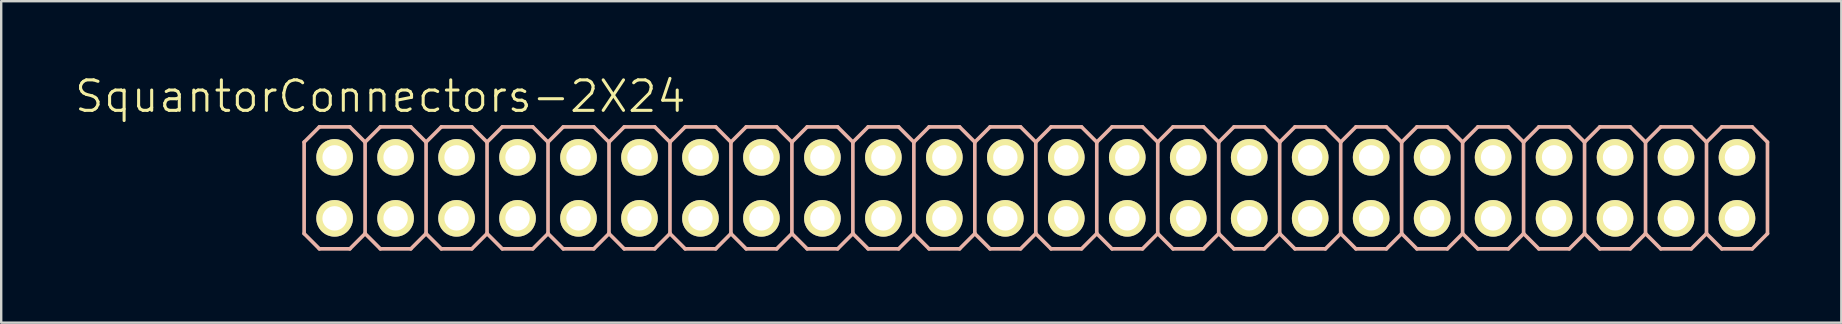
<source format=kicad_pcb>
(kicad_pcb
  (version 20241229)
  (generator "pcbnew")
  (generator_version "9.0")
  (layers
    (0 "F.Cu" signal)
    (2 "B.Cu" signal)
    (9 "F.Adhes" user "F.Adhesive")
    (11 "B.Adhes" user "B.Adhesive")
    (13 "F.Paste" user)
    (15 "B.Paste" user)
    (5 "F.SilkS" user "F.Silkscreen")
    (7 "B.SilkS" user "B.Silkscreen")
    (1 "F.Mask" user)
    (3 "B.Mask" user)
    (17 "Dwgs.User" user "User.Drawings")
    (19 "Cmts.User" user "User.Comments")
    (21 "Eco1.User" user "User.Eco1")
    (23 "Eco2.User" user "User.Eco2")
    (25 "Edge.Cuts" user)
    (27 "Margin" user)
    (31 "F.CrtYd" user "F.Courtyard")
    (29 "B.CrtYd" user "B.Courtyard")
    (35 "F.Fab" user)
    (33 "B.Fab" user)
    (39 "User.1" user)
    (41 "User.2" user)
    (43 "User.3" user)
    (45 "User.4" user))
  (footprint "SquantorConnectors-2X24"
    (layer "F.Cu")
    (at 38.829 4.776)
    (property "Reference" "SquantorConnectors-2X24" (at -26.035 -3.81 0) (layer "F.SilkS") (effects (font (size 1.27 1.27) (thickness 0.127))))
    (attr exclude_from_pos_files exclude_from_bom)
    (fp_line (start -28.194 -1.524) (end -27.686 -1.524) (stroke (width 0.066) (type solid)) (layer "F.SilkS"))
    (fp_line (start -28.194 -1.016) (end -28.194 -1.524) (stroke (width 0.066) (type solid)) (layer "F.SilkS"))
    (fp_line (start -28.194 -1.016) (end -27.686 -1.016) (stroke (width 0.066) (type solid)) (layer "F.SilkS"))
    (fp_line (start -28.194 1.016) (end -27.686 1.016) (stroke (width 0.066) (type solid)) (layer "F.SilkS"))
    (fp_line (start -28.194 1.524) (end -28.194 1.016) (stroke (width 0.066) (type solid)) (layer "F.SilkS"))
    (fp_line (start -28.194 1.524) (end -27.686 1.524) (stroke (width 0.066) (type solid)) (layer "F.SilkS"))
    (fp_line (start -27.686 -1.016) (end -27.686 -1.524) (stroke (width 0.066) (type solid)) (layer "F.SilkS"))
    (fp_line (start -27.686 1.524) (end -27.686 1.016) (stroke (width 0.066) (type solid)) (layer "F.SilkS"))
    (fp_line (start -25.654 -1.524) (end -25.146 -1.524) (stroke (width 0.066) (type solid)) (layer "F.SilkS"))
    (fp_line (start -25.654 -1.016) (end -25.654 -1.524) (stroke (width 0.066) (type solid)) (layer "F.SilkS"))
    (fp_line (start -25.654 -1.016) (end -25.146 -1.016) (stroke (width 0.066) (type solid)) (layer "F.SilkS"))
    (fp_line (start -25.654 1.016) (end -25.146 1.016) (stroke (width 0.066) (type solid)) (layer "F.SilkS"))
    (fp_line (start -25.654 1.524) (end -25.654 1.016) (stroke (width 0.066) (type solid)) (layer "F.SilkS"))
    (fp_line (start -25.654 1.524) (end -25.146 1.524) (stroke (width 0.066) (type solid)) (layer "F.SilkS"))
    (fp_line (start -25.146 -1.016) (end -25.146 -1.524) (stroke (width 0.066) (type solid)) (layer "F.SilkS"))
    (fp_line (start -25.146 1.524) (end -25.146 1.016) (stroke (width 0.066) (type solid)) (layer "F.SilkS"))
    (fp_line (start -23.114 -1.524) (end -22.606 -1.524) (stroke (width 0.066) (type solid)) (layer "F.SilkS"))
    (fp_line (start -23.114 -1.016) (end -23.114 -1.524) (stroke (width 0.066) (type solid)) (layer "F.SilkS"))
    (fp_line (start -23.114 -1.016) (end -22.606 -1.016) (stroke (width 0.066) (type solid)) (layer "F.SilkS"))
    (fp_line (start -23.114 1.016) (end -22.606 1.016) (stroke (width 0.066) (type solid)) (layer "F.SilkS"))
    (fp_line (start -23.114 1.524) (end -23.114 1.016) (stroke (width 0.066) (type solid)) (layer "F.SilkS"))
    (fp_line (start -23.114 1.524) (end -22.606 1.524) (stroke (width 0.066) (type solid)) (layer "F.SilkS"))
    (fp_line (start -22.606 -1.016) (end -22.606 -1.524) (stroke (width 0.066) (type solid)) (layer "F.SilkS"))
    (fp_line (start -22.606 1.524) (end -22.606 1.016) (stroke (width 0.066) (type solid)) (layer "F.SilkS"))
    (fp_line (start -20.574 -1.524) (end -20.066 -1.524) (stroke (width 0.066) (type solid)) (layer "F.SilkS"))
    (fp_line (start -20.574 -1.016) (end -20.574 -1.524) (stroke (width 0.066) (type solid)) (layer "F.SilkS"))
    (fp_line (start -20.574 -1.016) (end -20.066 -1.016) (stroke (width 0.066) (type solid)) (layer "F.SilkS"))
    (fp_line (start -20.574 1.016) (end -20.066 1.016) (stroke (width 0.066) (type solid)) (layer "F.SilkS"))
    (fp_line (start -20.574 1.524) (end -20.574 1.016) (stroke (width 0.066) (type solid)) (layer "F.SilkS"))
    (fp_line (start -20.574 1.524) (end -20.066 1.524) (stroke (width 0.066) (type solid)) (layer "F.SilkS"))
    (fp_line (start -20.066 -1.016) (end -20.066 -1.524) (stroke (width 0.066) (type solid)) (layer "F.SilkS"))
    (fp_line (start -20.066 1.524) (end -20.066 1.016) (stroke (width 0.066) (type solid)) (layer "F.SilkS"))
    (fp_line (start -18.034 -1.524) (end -17.523 -1.524) (stroke (width 0.066) (type solid)) (layer "F.SilkS"))
    (fp_line (start -18.034 -1.016) (end -18.034 -1.524) (stroke (width 0.066) (type solid)) (layer "F.SilkS"))
    (fp_line (start -18.034 -1.016) (end -17.523 -1.016) (stroke (width 0.066) (type solid)) (layer "F.SilkS"))
    (fp_line (start -18.034 1.016) (end -17.523 1.016) (stroke (width 0.066) (type solid)) (layer "F.SilkS"))
    (fp_line (start -18.034 1.524) (end -18.034 1.016) (stroke (width 0.066) (type solid)) (layer "F.SilkS"))
    (fp_line (start -18.034 1.524) (end -17.523 1.524) (stroke (width 0.066) (type solid)) (layer "F.SilkS"))
    (fp_line (start -17.523 -1.016) (end -17.523 -1.524) (stroke (width 0.066) (type solid)) (layer "F.SilkS"))
    (fp_line (start -17.523 1.524) (end -17.523 1.016) (stroke (width 0.066) (type solid)) (layer "F.SilkS"))
    (fp_line (start -15.494 -1.524) (end -14.986 -1.524) (stroke (width 0.066) (type solid)) (layer "F.SilkS"))
    (fp_line (start -15.494 -1.016) (end -15.494 -1.524) (stroke (width 0.066) (type solid)) (layer "F.SilkS"))
    (fp_line (start -15.494 -1.016) (end -14.986 -1.016) (stroke (width 0.066) (type solid)) (layer "F.SilkS"))
    (fp_line (start -15.494 1.016) (end -14.986 1.016) (stroke (width 0.066) (type solid)) (layer "F.SilkS"))
    (fp_line (start -15.494 1.524) (end -15.494 1.016) (stroke (width 0.066) (type solid)) (layer "F.SilkS"))
    (fp_line (start -15.494 1.524) (end -14.986 1.524) (stroke (width 0.066) (type solid)) (layer "F.SilkS"))
    (fp_line (start -14.986 -1.016) (end -14.986 -1.524) (stroke (width 0.066) (type solid)) (layer "F.SilkS"))
    (fp_line (start -14.986 1.524) (end -14.986 1.016) (stroke (width 0.066) (type solid)) (layer "F.SilkS"))
    (fp_line (start -12.954 -1.524) (end -12.446 -1.524) (stroke (width 0.066) (type solid)) (layer "F.SilkS"))
    (fp_line (start -12.954 -1.016) (end -12.954 -1.524) (stroke (width 0.066) (type solid)) (layer "F.SilkS"))
    (fp_line (start -12.954 -1.016) (end -12.446 -1.016) (stroke (width 0.066) (type solid)) (layer "F.SilkS"))
    (fp_line (start -12.954 1.016) (end -12.446 1.016) (stroke (width 0.066) (type solid)) (layer "F.SilkS"))
    (fp_line (start -12.954 1.524) (end -12.954 1.016) (stroke (width 0.066) (type solid)) (layer "F.SilkS"))
    (fp_line (start -12.954 1.524) (end -12.446 1.524) (stroke (width 0.066) (type solid)) (layer "F.SilkS"))
    (fp_line (start -12.446 -1.016) (end -12.446 -1.524) (stroke (width 0.066) (type solid)) (layer "F.SilkS"))
    (fp_line (start -12.446 1.524) (end -12.446 1.016) (stroke (width 0.066) (type solid)) (layer "F.SilkS"))
    (fp_line (start -10.414 -1.524) (end -9.906 -1.524) (stroke (width 0.066) (type solid)) (layer "F.SilkS"))
    (fp_line (start -10.414 -1.016) (end -10.414 -1.524) (stroke (width 0.066) (type solid)) (layer "F.SilkS"))
    (fp_line (start -10.414 -1.016) (end -9.906 -1.016) (stroke (width 0.066) (type solid)) (layer "F.SilkS"))
    (fp_line (start -10.414 1.016) (end -9.906 1.016) (stroke (width 0.066) (type solid)) (layer "F.SilkS"))
    (fp_line (start -10.414 1.524) (end -10.414 1.016) (stroke (width 0.066) (type solid)) (layer "F.SilkS"))
    (fp_line (start -10.414 1.524) (end -9.906 1.524) (stroke (width 0.066) (type solid)) (layer "F.SilkS"))
    (fp_line (start -9.906 -1.016) (end -9.906 -1.524) (stroke (width 0.066) (type solid)) (layer "F.SilkS"))
    (fp_line (start -9.906 1.524) (end -9.906 1.016) (stroke (width 0.066) (type solid)) (layer "F.SilkS"))
    (fp_line (start -7.874 -1.524) (end -7.366 -1.524) (stroke (width 0.066) (type solid)) (layer "F.SilkS"))
    (fp_line (start -7.874 -1.016) (end -7.874 -1.524) (stroke (width 0.066) (type solid)) (layer "F.SilkS"))
    (fp_line (start -7.874 -1.016) (end -7.366 -1.016) (stroke (width 0.066) (type solid)) (layer "F.SilkS"))
    (fp_line (start -7.874 1.016) (end -7.366 1.016) (stroke (width 0.066) (type solid)) (layer "F.SilkS"))
    (fp_line (start -7.874 1.524) (end -7.874 1.016) (stroke (width 0.066) (type solid)) (layer "F.SilkS"))
    (fp_line (start -7.874 1.524) (end -7.366 1.524) (stroke (width 0.066) (type solid)) (layer "F.SilkS"))
    (fp_line (start -7.366 -1.016) (end -7.366 -1.524) (stroke (width 0.066) (type solid)) (layer "F.SilkS"))
    (fp_line (start -7.366 1.524) (end -7.366 1.016) (stroke (width 0.066) (type solid)) (layer "F.SilkS"))
    (fp_line (start -5.334 -1.524) (end -4.826 -1.524) (stroke (width 0.066) (type solid)) (layer "F.SilkS"))
    (fp_line (start -5.334 -1.016) (end -5.334 -1.524) (stroke (width 0.066) (type solid)) (layer "F.SilkS"))
    (fp_line (start -5.334 -1.016) (end -4.826 -1.016) (stroke (width 0.066) (type solid)) (layer "F.SilkS"))
    (fp_line (start -5.334 1.016) (end -4.826 1.016) (stroke (width 0.066) (type solid)) (layer "F.SilkS"))
    (fp_line (start -5.334 1.524) (end -5.334 1.016) (stroke (width 0.066) (type solid)) (layer "F.SilkS"))
    (fp_line (start -5.334 1.524) (end -4.826 1.524) (stroke (width 0.066) (type solid)) (layer "F.SilkS"))
    (fp_line (start -4.826 -1.016) (end -4.826 -1.524) (stroke (width 0.066) (type solid)) (layer "F.SilkS"))
    (fp_line (start -4.826 1.524) (end -4.826 1.016) (stroke (width 0.066) (type solid)) (layer "F.SilkS"))
    (fp_line (start -2.794 -1.524) (end -2.286 -1.524) (stroke (width 0.066) (type solid)) (layer "F.SilkS"))
    (fp_line (start -2.794 -1.016) (end -2.794 -1.524) (stroke (width 0.066) (type solid)) (layer "F.SilkS"))
    (fp_line (start -2.794 -1.016) (end -2.286 -1.016) (stroke (width 0.066) (type solid)) (layer "F.SilkS"))
    (fp_line (start -2.794 1.016) (end -2.286 1.016) (stroke (width 0.066) (type solid)) (layer "F.SilkS"))
    (fp_line (start -2.794 1.524) (end -2.794 1.016) (stroke (width 0.066) (type solid)) (layer "F.SilkS"))
    (fp_line (start -2.794 1.524) (end -2.286 1.524) (stroke (width 0.066) (type solid)) (layer "F.SilkS"))
    (fp_line (start -2.286 -1.016) (end -2.286 -1.524) (stroke (width 0.066) (type solid)) (layer "F.SilkS"))
    (fp_line (start -2.286 1.524) (end -2.286 1.016) (stroke (width 0.066) (type solid)) (layer "F.SilkS"))
    (fp_line (start -0.254 -1.524) (end 0.254 -1.524) (stroke (width 0.066) (type solid)) (layer "F.SilkS"))
    (fp_line (start -0.254 -1.016) (end -0.254 -1.524) (stroke (width 0.066) (type solid)) (layer "F.SilkS"))
    (fp_line (start -0.254 -1.016) (end 0.254 -1.016) (stroke (width 0.066) (type solid)) (layer "F.SilkS"))
    (fp_line (start -0.254 1.016) (end 0.254 1.016) (stroke (width 0.066) (type solid)) (layer "F.SilkS"))
    (fp_line (start -0.254 1.524) (end -0.254 1.016) (stroke (width 0.066) (type solid)) (layer "F.SilkS"))
    (fp_line (start -0.254 1.524) (end 0.254 1.524) (stroke (width 0.066) (type solid)) (layer "F.SilkS"))
    (fp_line (start 0.254 -1.016) (end 0.254 -1.524) (stroke (width 0.066) (type solid)) (layer "F.SilkS"))
    (fp_line (start 0.254 1.524) (end 0.254 1.016) (stroke (width 0.066) (type solid)) (layer "F.SilkS"))
    (fp_line (start 2.286 -1.524) (end 2.794 -1.524) (stroke (width 0.066) (type solid)) (layer "F.SilkS"))
    (fp_line (start 2.286 -1.016) (end 2.286 -1.524) (stroke (width 0.066) (type solid)) (layer "F.SilkS"))
    (fp_line (start 2.286 -1.016) (end 2.794 -1.016) (stroke (width 0.066) (type solid)) (layer "F.SilkS"))
    (fp_line (start 2.286 1.016) (end 2.794 1.016) (stroke (width 0.066) (type solid)) (layer "F.SilkS"))
    (fp_line (start 2.286 1.524) (end 2.286 1.016) (stroke (width 0.066) (type solid)) (layer "F.SilkS"))
    (fp_line (start 2.286 1.524) (end 2.794 1.524) (stroke (width 0.066) (type solid)) (layer "F.SilkS"))
    (fp_line (start 2.794 -1.016) (end 2.794 -1.524) (stroke (width 0.066) (type solid)) (layer "F.SilkS"))
    (fp_line (start 2.794 1.524) (end 2.794 1.016) (stroke (width 0.066) (type solid)) (layer "F.SilkS"))
    (fp_line (start 4.826 -1.524) (end 5.334 -1.524) (stroke (width 0.066) (type solid)) (layer "F.SilkS"))
    (fp_line (start 4.826 -1.016) (end 4.826 -1.524) (stroke (width 0.066) (type solid)) (layer "F.SilkS"))
    (fp_line (start 4.826 -1.016) (end 5.334 -1.016) (stroke (width 0.066) (type solid)) (layer "F.SilkS"))
    (fp_line (start 4.826 1.016) (end 5.334 1.016) (stroke (width 0.066) (type solid)) (layer "F.SilkS"))
    (fp_line (start 4.826 1.524) (end 4.826 1.016) (stroke (width 0.066) (type solid)) (layer "F.SilkS"))
    (fp_line (start 4.826 1.524) (end 5.334 1.524) (stroke (width 0.066) (type solid)) (layer "F.SilkS"))
    (fp_line (start 5.334 -1.016) (end 5.334 -1.524) (stroke (width 0.066) (type solid)) (layer "F.SilkS"))
    (fp_line (start 5.334 1.524) (end 5.334 1.016) (stroke (width 0.066) (type solid)) (layer "F.SilkS"))
    (fp_line (start 7.366 -1.524) (end 7.874 -1.524) (stroke (width 0.066) (type solid)) (layer "F.SilkS"))
    (fp_line (start 7.366 -1.016) (end 7.366 -1.524) (stroke (width 0.066) (type solid)) (layer "F.SilkS"))
    (fp_line (start 7.366 -1.016) (end 7.874 -1.016) (stroke (width 0.066) (type solid)) (layer "F.SilkS"))
    (fp_line (start 7.366 1.016) (end 7.874 1.016) (stroke (width 0.066) (type solid)) (layer "F.SilkS"))
    (fp_line (start 7.366 1.524) (end 7.366 1.016) (stroke (width 0.066) (type solid)) (layer "F.SilkS"))
    (fp_line (start 7.366 1.524) (end 7.874 1.524) (stroke (width 0.066) (type solid)) (layer "F.SilkS"))
    (fp_line (start 7.874 -1.016) (end 7.874 -1.524) (stroke (width 0.066) (type solid)) (layer "F.SilkS"))
    (fp_line (start 7.874 1.524) (end 7.874 1.016) (stroke (width 0.066) (type solid)) (layer "F.SilkS"))
    (fp_line (start 9.906 -1.524) (end 10.414 -1.524) (stroke (width 0.066) (type solid)) (layer "F.SilkS"))
    (fp_line (start 9.906 -1.016) (end 9.906 -1.524) (stroke (width 0.066) (type solid)) (layer "F.SilkS"))
    (fp_line (start 9.906 -1.016) (end 10.414 -1.016) (stroke (width 0.066) (type solid)) (layer "F.SilkS"))
    (fp_line (start 9.906 1.016) (end 10.414 1.016) (stroke (width 0.066) (type solid)) (layer "F.SilkS"))
    (fp_line (start 9.906 1.524) (end 9.906 1.016) (stroke (width 0.066) (type solid)) (layer "F.SilkS"))
    (fp_line (start 9.906 1.524) (end 10.414 1.524) (stroke (width 0.066) (type solid)) (layer "F.SilkS"))
    (fp_line (start 10.414 -1.016) (end 10.414 -1.524) (stroke (width 0.066) (type solid)) (layer "F.SilkS"))
    (fp_line (start 10.414 1.524) (end 10.414 1.016) (stroke (width 0.066) (type solid)) (layer "F.SilkS"))
    (fp_line (start 12.446 -1.524) (end 12.954 -1.524) (stroke (width 0.066) (type solid)) (layer "F.SilkS"))
    (fp_line (start 12.446 -1.016) (end 12.446 -1.524) (stroke (width 0.066) (type solid)) (layer "F.SilkS"))
    (fp_line (start 12.446 -1.016) (end 12.954 -1.016) (stroke (width 0.066) (type solid)) (layer "F.SilkS"))
    (fp_line (start 12.446 1.016) (end 12.954 1.016) (stroke (width 0.066) (type solid)) (layer "F.SilkS"))
    (fp_line (start 12.446 1.524) (end 12.446 1.016) (stroke (width 0.066) (type solid)) (layer "F.SilkS"))
    (fp_line (start 12.446 1.524) (end 12.954 1.524) (stroke (width 0.066) (type solid)) (layer "F.SilkS"))
    (fp_line (start 12.954 -1.016) (end 12.954 -1.524) (stroke (width 0.066) (type solid)) (layer "F.SilkS"))
    (fp_line (start 12.954 1.524) (end 12.954 1.016) (stroke (width 0.066) (type solid)) (layer "F.SilkS"))
    (fp_line (start 14.986 -1.524) (end 15.494 -1.524) (stroke (width 0.066) (type solid)) (layer "F.SilkS"))
    (fp_line (start 14.986 -1.016) (end 14.986 -1.524) (stroke (width 0.066) (type solid)) (layer "F.SilkS"))
    (fp_line (start 14.986 -1.016) (end 15.494 -1.016) (stroke (width 0.066) (type solid)) (layer "F.SilkS"))
    (fp_line (start 14.986 1.016) (end 15.494 1.016) (stroke (width 0.066) (type solid)) (layer "F.SilkS"))
    (fp_line (start 14.986 1.524) (end 14.986 1.016) (stroke (width 0.066) (type solid)) (layer "F.SilkS"))
    (fp_line (start 14.986 1.524) (end 15.494 1.524) (stroke (width 0.066) (type solid)) (layer "F.SilkS"))
    (fp_line (start 15.494 -1.016) (end 15.494 -1.524) (stroke (width 0.066) (type solid)) (layer "F.SilkS"))
    (fp_line (start 15.494 1.524) (end 15.494 1.016) (stroke (width 0.066) (type solid)) (layer "F.SilkS"))
    (fp_line (start 17.523 -1.524) (end 18.034 -1.524) (stroke (width 0.066) (type solid)) (layer "F.SilkS"))
    (fp_line (start 17.523 -1.016) (end 17.523 -1.524) (stroke (width 0.066) (type solid)) (layer "F.SilkS"))
    (fp_line (start 17.523 -1.016) (end 18.034 -1.016) (stroke (width 0.066) (type solid)) (layer "F.SilkS"))
    (fp_line (start 17.523 1.016) (end 18.034 1.016) (stroke (width 0.066) (type solid)) (layer "F.SilkS"))
    (fp_line (start 17.523 1.524) (end 17.523 1.016) (stroke (width 0.066) (type solid)) (layer "F.SilkS"))
    (fp_line (start 17.523 1.524) (end 18.034 1.524) (stroke (width 0.066) (type solid)) (layer "F.SilkS"))
    (fp_line (start 18.034 -1.016) (end 18.034 -1.524) (stroke (width 0.066) (type solid)) (layer "F.SilkS"))
    (fp_line (start 18.034 1.524) (end 18.034 1.016) (stroke (width 0.066) (type solid)) (layer "F.SilkS"))
    (fp_line (start 20.066 -1.524) (end 20.574 -1.524) (stroke (width 0.066) (type solid)) (layer "F.SilkS"))
    (fp_line (start 20.066 -1.016) (end 20.066 -1.524) (stroke (width 0.066) (type solid)) (layer "F.SilkS"))
    (fp_line (start 20.066 -1.016) (end 20.574 -1.016) (stroke (width 0.066) (type solid)) (layer "F.SilkS"))
    (fp_line (start 20.066 1.016) (end 20.574 1.016) (stroke (width 0.066) (type solid)) (layer "F.SilkS"))
    (fp_line (start 20.066 1.524) (end 20.066 1.016) (stroke (width 0.066) (type solid)) (layer "F.SilkS"))
    (fp_line (start 20.066 1.524) (end 20.574 1.524) (stroke (width 0.066) (type solid)) (layer "F.SilkS"))
    (fp_line (start 20.574 -1.016) (end 20.574 -1.524) (stroke (width 0.066) (type solid)) (layer "F.SilkS"))
    (fp_line (start 20.574 1.524) (end 20.574 1.016) (stroke (width 0.066) (type solid)) (layer "F.SilkS"))
    (fp_line (start 22.606 -1.524) (end 23.114 -1.524) (stroke (width 0.066) (type solid)) (layer "F.SilkS"))
    (fp_line (start 22.606 -1.016) (end 22.606 -1.524) (stroke (width 0.066) (type solid)) (layer "F.SilkS"))
    (fp_line (start 22.606 -1.016) (end 23.114 -1.016) (stroke (width 0.066) (type solid)) (layer "F.SilkS"))
    (fp_line (start 22.606 1.016) (end 23.114 1.016) (stroke (width 0.066) (type solid)) (layer "F.SilkS"))
    (fp_line (start 22.606 1.524) (end 22.606 1.016) (stroke (width 0.066) (type solid)) (layer "F.SilkS"))
    (fp_line (start 22.606 1.524) (end 23.114 1.524) (stroke (width 0.066) (type solid)) (layer "F.SilkS"))
    (fp_line (start 23.114 -1.016) (end 23.114 -1.524) (stroke (width 0.066) (type solid)) (layer "F.SilkS"))
    (fp_line (start 23.114 1.524) (end 23.114 1.016) (stroke (width 0.066) (type solid)) (layer "F.SilkS"))
    (fp_line (start 25.146 -1.524) (end 25.654 -1.524) (stroke (width 0.066) (type solid)) (layer "F.SilkS"))
    (fp_line (start 25.146 -1.016) (end 25.146 -1.524) (stroke (width 0.066) (type solid)) (layer "F.SilkS"))
    (fp_line (start 25.146 -1.016) (end 25.654 -1.016) (stroke (width 0.066) (type solid)) (layer "F.SilkS"))
    (fp_line (start 25.146 1.016) (end 25.654 1.016) (stroke (width 0.066) (type solid)) (layer "F.SilkS"))
    (fp_line (start 25.146 1.524) (end 25.146 1.016) (stroke (width 0.066) (type solid)) (layer "F.SilkS"))
    (fp_line (start 25.146 1.524) (end 25.654 1.524) (stroke (width 0.066) (type solid)) (layer "F.SilkS"))
    (fp_line (start 25.654 -1.016) (end 25.654 -1.524) (stroke (width 0.066) (type solid)) (layer "F.SilkS"))
    (fp_line (start 25.654 1.524) (end 25.654 1.016) (stroke (width 0.066) (type solid)) (layer "F.SilkS"))
    (fp_line (start 27.686 -1.524) (end 28.194 -1.524) (stroke (width 0.066) (type solid)) (layer "F.SilkS"))
    (fp_line (start 27.686 -1.016) (end 27.686 -1.524) (stroke (width 0.066) (type solid)) (layer "F.SilkS"))
    (fp_line (start 27.686 -1.016) (end 28.194 -1.016) (stroke (width 0.066) (type solid)) (layer "F.SilkS"))
    (fp_line (start 27.686 1.016) (end 28.194 1.016) (stroke (width 0.066) (type solid)) (layer "F.SilkS"))
    (fp_line (start 27.686 1.524) (end 27.686 1.016) (stroke (width 0.066) (type solid)) (layer "F.SilkS"))
    (fp_line (start 27.686 1.524) (end 28.194 1.524) (stroke (width 0.066) (type solid)) (layer "F.SilkS"))
    (fp_line (start 28.194 -1.016) (end 28.194 -1.524) (stroke (width 0.066) (type solid)) (layer "F.SilkS"))
    (fp_line (start 28.194 1.524) (end 28.194 1.016) (stroke (width 0.066) (type solid)) (layer "F.SilkS"))
    (fp_line (start 30.226 -1.524) (end 30.734 -1.524) (stroke (width 0.066) (type solid)) (layer "F.SilkS"))
    (fp_line (start 30.226 -1.016) (end 30.226 -1.524) (stroke (width 0.066) (type solid)) (layer "F.SilkS"))
    (fp_line (start 30.226 -1.016) (end 30.734 -1.016) (stroke (width 0.066) (type solid)) (layer "F.SilkS"))
    (fp_line (start 30.226 1.016) (end 30.734 1.016) (stroke (width 0.066) (type solid)) (layer "F.SilkS"))
    (fp_line (start 30.226 1.524) (end 30.226 1.016) (stroke (width 0.066) (type solid)) (layer "F.SilkS"))
    (fp_line (start 30.226 1.524) (end 30.734 1.524) (stroke (width 0.066) (type solid)) (layer "F.SilkS"))
    (fp_line (start 30.734 -1.016) (end 30.734 -1.524) (stroke (width 0.066) (type solid)) (layer "F.SilkS"))
    (fp_line (start 30.734 1.524) (end 30.734 1.016) (stroke (width 0.066) (type solid)) (layer "F.SilkS"))
    (fp_line (start -29.21 -1.905) (end -28.575 -2.54) (stroke (width 0.152) (type solid)) (layer "B.SilkS"))
    (fp_line (start -29.21 1.905) (end -29.21 -1.905) (stroke (width 0.152) (type solid)) (layer "B.SilkS"))
    (fp_line (start -29.21 1.905) (end -28.575 2.54) (stroke (width 0.152) (type solid)) (layer "B.SilkS"))
    (fp_line (start -28.575 -2.54) (end -27.305 -2.54) (stroke (width 0.152) (type solid)) (layer "B.SilkS"))
    (fp_line (start -28.575 2.54) (end -27.305 2.54) (stroke (width 0.152) (type solid)) (layer "B.SilkS"))
    (fp_line (start -27.305 -2.54) (end -26.67 -1.905) (stroke (width 0.152) (type solid)) (layer "B.SilkS"))
    (fp_line (start -27.305 2.54) (end -26.67 1.905) (stroke (width 0.152) (type solid)) (layer "B.SilkS"))
    (fp_line (start -26.67 -1.905) (end -26.67 1.905) (stroke (width 0.152) (type solid)) (layer "B.SilkS"))
    (fp_line (start -26.67 -1.905) (end -26.035 -2.54) (stroke (width 0.152) (type solid)) (layer "B.SilkS"))
    (fp_line (start -26.67 1.905) (end -26.035 2.54) (stroke (width 0.152) (type solid)) (layer "B.SilkS"))
    (fp_line (start -26.035 -2.54) (end -24.765 -2.54) (stroke (width 0.152) (type solid)) (layer "B.SilkS"))
    (fp_line (start -26.035 2.54) (end -24.765 2.54) (stroke (width 0.152) (type solid)) (layer "B.SilkS"))
    (fp_line (start -24.765 -2.54) (end -24.13 -1.905) (stroke (width 0.152) (type solid)) (layer "B.SilkS"))
    (fp_line (start -24.765 2.54) (end -24.13 1.905) (stroke (width 0.152) (type solid)) (layer "B.SilkS"))
    (fp_line (start -24.13 -1.905) (end -24.13 1.905) (stroke (width 0.152) (type solid)) (layer "B.SilkS"))
    (fp_line (start -24.13 -1.905) (end -23.495 -2.54) (stroke (width 0.152) (type solid)) (layer "B.SilkS"))
    (fp_line (start -24.13 1.905) (end -23.495 2.54) (stroke (width 0.152) (type solid)) (layer "B.SilkS"))
    (fp_line (start -23.495 -2.54) (end -22.225 -2.54) (stroke (width 0.152) (type solid)) (layer "B.SilkS"))
    (fp_line (start -23.495 2.54) (end -22.225 2.54) (stroke (width 0.152) (type solid)) (layer "B.SilkS"))
    (fp_line (start -22.225 -2.54) (end -21.59 -1.905) (stroke (width 0.152) (type solid)) (layer "B.SilkS"))
    (fp_line (start -22.225 2.54) (end -21.59 1.905) (stroke (width 0.152) (type solid)) (layer "B.SilkS"))
    (fp_line (start -21.59 -1.905) (end -21.59 1.905) (stroke (width 0.152) (type solid)) (layer "B.SilkS"))
    (fp_line (start -21.59 -1.905) (end -20.955 -2.54) (stroke (width 0.152) (type solid)) (layer "B.SilkS"))
    (fp_line (start -21.59 1.905) (end -20.955 2.54) (stroke (width 0.152) (type solid)) (layer "B.SilkS"))
    (fp_line (start -20.955 -2.54) (end -19.685 -2.54) (stroke (width 0.152) (type solid)) (layer "B.SilkS"))
    (fp_line (start -20.955 2.54) (end -19.685 2.54) (stroke (width 0.152) (type solid)) (layer "B.SilkS"))
    (fp_line (start -19.685 -2.54) (end -19.05 -1.905) (stroke (width 0.152) (type solid)) (layer "B.SilkS"))
    (fp_line (start -19.685 2.54) (end -19.05 1.905) (stroke (width 0.152) (type solid)) (layer "B.SilkS"))
    (fp_line (start -19.05 -1.905) (end -19.05 1.905) (stroke (width 0.152) (type solid)) (layer "B.SilkS"))
    (fp_line (start -19.05 -1.905) (end -18.415 -2.54) (stroke (width 0.152) (type solid)) (layer "B.SilkS"))
    (fp_line (start -19.05 1.905) (end -18.415 2.54) (stroke (width 0.152) (type solid)) (layer "B.SilkS"))
    (fp_line (start -18.415 -2.54) (end -17.145 -2.54) (stroke (width 0.152) (type solid)) (layer "B.SilkS"))
    (fp_line (start -18.415 2.54) (end -17.145 2.54) (stroke (width 0.152) (type solid)) (layer "B.SilkS"))
    (fp_line (start -17.145 -2.54) (end -16.51 -1.905) (stroke (width 0.152) (type solid)) (layer "B.SilkS"))
    (fp_line (start -17.145 2.54) (end -16.51 1.905) (stroke (width 0.152) (type solid)) (layer "B.SilkS"))
    (fp_line (start -16.51 -1.905) (end -16.51 1.905) (stroke (width 0.152) (type solid)) (layer "B.SilkS"))
    (fp_line (start -16.51 -1.905) (end -15.875 -2.54) (stroke (width 0.152) (type solid)) (layer "B.SilkS"))
    (fp_line (start -16.51 1.905) (end -15.875 2.54) (stroke (width 0.152) (type solid)) (layer "B.SilkS"))
    (fp_line (start -15.875 -2.54) (end -14.605 -2.54) (stroke (width 0.152) (type solid)) (layer "B.SilkS"))
    (fp_line (start -15.875 2.54) (end -14.605 2.54) (stroke (width 0.152) (type solid)) (layer "B.SilkS"))
    (fp_line (start -14.605 -2.54) (end -13.97 -1.905) (stroke (width 0.152) (type solid)) (layer "B.SilkS"))
    (fp_line (start -14.605 2.54) (end -13.97 1.905) (stroke (width 0.152) (type solid)) (layer "B.SilkS"))
    (fp_line (start -13.97 -1.905) (end -13.97 1.905) (stroke (width 0.152) (type solid)) (layer "B.SilkS"))
    (fp_line (start -13.97 -1.905) (end -13.335 -2.54) (stroke (width 0.152) (type solid)) (layer "B.SilkS"))
    (fp_line (start -13.97 1.905) (end -13.335 2.54) (stroke (width 0.152) (type solid)) (layer "B.SilkS"))
    (fp_line (start -13.335 -2.54) (end -12.065 -2.54) (stroke (width 0.152) (type solid)) (layer "B.SilkS"))
    (fp_line (start -12.065 -2.54) (end -11.43 -1.905) (stroke (width 0.152) (type solid)) (layer "B.SilkS"))
    (fp_line (start -12.065 2.54) (end -13.335 2.54) (stroke (width 0.152) (type solid)) (layer "B.SilkS"))
    (fp_line (start -11.43 -1.905) (end -11.43 1.905) (stroke (width 0.152) (type solid)) (layer "B.SilkS"))
    (fp_line (start -11.43 -1.905) (end -10.795 -2.54) (stroke (width 0.152) (type solid)) (layer "B.SilkS"))
    (fp_line (start -11.43 1.905) (end -12.065 2.54) (stroke (width 0.152) (type solid)) (layer "B.SilkS"))
    (fp_line (start -11.43 1.905) (end -10.795 2.54) (stroke (width 0.152) (type solid)) (layer "B.SilkS"))
    (fp_line (start -10.795 -2.54) (end -9.525 -2.54) (stroke (width 0.152) (type solid)) (layer "B.SilkS"))
    (fp_line (start -9.525 -2.54) (end -8.89 -1.905) (stroke (width 0.152) (type solid)) (layer "B.SilkS"))
    (fp_line (start -9.525 2.54) (end -10.795 2.54) (stroke (width 0.152) (type solid)) (layer "B.SilkS"))
    (fp_line (start -8.89 -1.905) (end -8.89 1.905) (stroke (width 0.152) (type solid)) (layer "B.SilkS"))
    (fp_line (start -8.89 -1.905) (end -8.255 -2.54) (stroke (width 0.152) (type solid)) (layer "B.SilkS"))
    (fp_line (start -8.89 1.905) (end -9.525 2.54) (stroke (width 0.152) (type solid)) (layer "B.SilkS"))
    (fp_line (start -8.89 1.905) (end -8.255 2.54) (stroke (width 0.152) (type solid)) (layer "B.SilkS"))
    (fp_line (start -8.255 -2.54) (end -6.985 -2.54) (stroke (width 0.152) (type solid)) (layer "B.SilkS"))
    (fp_line (start -6.985 -2.54) (end -6.35 -1.905) (stroke (width 0.152) (type solid)) (layer "B.SilkS"))
    (fp_line (start -6.985 2.54) (end -8.255 2.54) (stroke (width 0.152) (type solid)) (layer "B.SilkS"))
    (fp_line (start -6.35 -1.905) (end -6.35 1.905) (stroke (width 0.152) (type solid)) (layer "B.SilkS"))
    (fp_line (start -6.35 -1.905) (end -5.715 -2.54) (stroke (width 0.152) (type solid)) (layer "B.SilkS"))
    (fp_line (start -6.35 1.905) (end -6.985 2.54) (stroke (width 0.152) (type solid)) (layer "B.SilkS"))
    (fp_line (start -6.35 1.905) (end -5.715 2.54) (stroke (width 0.152) (type solid)) (layer "B.SilkS"))
    (fp_line (start -5.715 -2.54) (end -4.445 -2.54) (stroke (width 0.152) (type solid)) (layer "B.SilkS"))
    (fp_line (start -4.445 -2.54) (end -3.81 -1.905) (stroke (width 0.152) (type solid)) (layer "B.SilkS"))
    (fp_line (start -4.445 2.54) (end -5.715 2.54) (stroke (width 0.152) (type solid)) (layer "B.SilkS"))
    (fp_line (start -3.81 -1.905) (end -3.81 1.905) (stroke (width 0.152) (type solid)) (layer "B.SilkS"))
    (fp_line (start -3.81 -1.905) (end -3.175 -2.54) (stroke (width 0.152) (type solid)) (layer "B.SilkS"))
    (fp_line (start -3.81 1.905) (end -4.445 2.54) (stroke (width 0.152) (type solid)) (layer "B.SilkS"))
    (fp_line (start -3.81 1.905) (end -3.175 2.54) (stroke (width 0.152) (type solid)) (layer "B.SilkS"))
    (fp_line (start -3.175 -2.54) (end -1.905 -2.54) (stroke (width 0.152) (type solid)) (layer "B.SilkS"))
    (fp_line (start -1.905 -2.54) (end -1.27 -1.905) (stroke (width 0.152) (type solid)) (layer "B.SilkS"))
    (fp_line (start -1.905 2.54) (end -3.175 2.54) (stroke (width 0.152) (type solid)) (layer "B.SilkS"))
    (fp_line (start -1.27 -1.905) (end -1.27 1.905) (stroke (width 0.152) (type solid)) (layer "B.SilkS"))
    (fp_line (start -1.27 -1.905) (end -0.635 -2.54) (stroke (width 0.152) (type solid)) (layer "B.SilkS"))
    (fp_line (start -1.27 1.905) (end -1.905 2.54) (stroke (width 0.152) (type solid)) (layer "B.SilkS"))
    (fp_line (start -1.27 1.905) (end -0.635 2.54) (stroke (width 0.152) (type solid)) (layer "B.SilkS"))
    (fp_line (start -0.635 -2.54) (end 0.635 -2.54) (stroke (width 0.152) (type solid)) (layer "B.SilkS"))
    (fp_line (start 0.635 2.54) (end -0.635 2.54) (stroke (width 0.152) (type solid)) (layer "B.SilkS"))
    (fp_line (start 1.27 -1.905) (end 0.635 -2.54) (stroke (width 0.152) (type solid)) (layer "B.SilkS"))
    (fp_line (start 1.27 -1.905) (end 1.27 1.905) (stroke (width 0.152) (type solid)) (layer "B.SilkS"))
    (fp_line (start 1.27 -1.905) (end 1.905 -2.54) (stroke (width 0.152) (type solid)) (layer "B.SilkS"))
    (fp_line (start 1.27 1.905) (end 0.635 2.54) (stroke (width 0.152) (type solid)) (layer "B.SilkS"))
    (fp_line (start 1.27 1.905) (end 1.905 2.54) (stroke (width 0.152) (type solid)) (layer "B.SilkS"))
    (fp_line (start 3.175 -2.54) (end 1.905 -2.54) (stroke (width 0.152) (type solid)) (layer "B.SilkS"))
    (fp_line (start 3.175 -2.54) (end 3.81 -1.905) (stroke (width 0.152) (type solid)) (layer "B.SilkS"))
    (fp_line (start 3.175 2.54) (end 1.905 2.54) (stroke (width 0.152) (type solid)) (layer "B.SilkS"))
    (fp_line (start 3.81 -1.905) (end 3.81 1.905) (stroke (width 0.152) (type solid)) (layer "B.SilkS"))
    (fp_line (start 3.81 -1.905) (end 4.445 -2.54) (stroke (width 0.152) (type solid)) (layer "B.SilkS"))
    (fp_line (start 3.81 1.905) (end 3.175 2.54) (stroke (width 0.152) (type solid)) (layer "B.SilkS"))
    (fp_line (start 3.81 1.905) (end 4.445 2.54) (stroke (width 0.152) (type solid)) (layer "B.SilkS"))
    (fp_line (start 5.715 -2.54) (end 4.445 -2.54) (stroke (width 0.152) (type solid)) (layer "B.SilkS"))
    (fp_line (start 5.715 -2.54) (end 6.35 -1.905) (stroke (width 0.152) (type solid)) (layer "B.SilkS"))
    (fp_line (start 5.715 2.54) (end 4.445 2.54) (stroke (width 0.152) (type solid)) (layer "B.SilkS"))
    (fp_line (start 6.35 -1.905) (end 6.35 1.905) (stroke (width 0.152) (type solid)) (layer "B.SilkS"))
    (fp_line (start 6.35 -1.905) (end 6.985 -2.54) (stroke (width 0.152) (type solid)) (layer "B.SilkS"))
    (fp_line (start 6.35 1.905) (end 5.715 2.54) (stroke (width 0.152) (type solid)) (layer "B.SilkS"))
    (fp_line (start 6.985 2.54) (end 6.35 1.905) (stroke (width 0.152) (type solid)) (layer "B.SilkS"))
    (fp_line (start 6.985 2.54) (end 8.255 2.54) (stroke (width 0.152) (type solid)) (layer "B.SilkS"))
    (fp_line (start 8.255 -2.54) (end 6.985 -2.54) (stroke (width 0.152) (type solid)) (layer "B.SilkS"))
    (fp_line (start 8.255 -2.54) (end 8.89 -1.905) (stroke (width 0.152) (type solid)) (layer "B.SilkS"))
    (fp_line (start 8.89 -1.905) (end 8.89 1.905) (stroke (width 0.152) (type solid)) (layer "B.SilkS"))
    (fp_line (start 8.89 -1.905) (end 9.525 -2.54) (stroke (width 0.152) (type solid)) (layer "B.SilkS"))
    (fp_line (start 8.89 1.905) (end 8.255 2.54) (stroke (width 0.152) (type solid)) (layer "B.SilkS"))
    (fp_line (start 9.525 2.54) (end 8.89 1.905) (stroke (width 0.152) (type solid)) (layer "B.SilkS"))
    (fp_line (start 9.525 2.54) (end 10.795 2.54) (stroke (width 0.152) (type solid)) (layer "B.SilkS"))
    (fp_line (start 10.795 -2.54) (end 9.525 -2.54) (stroke (width 0.152) (type solid)) (layer "B.SilkS"))
    (fp_line (start 10.795 -2.54) (end 11.43 -1.905) (stroke (width 0.152) (type solid)) (layer "B.SilkS"))
    (fp_line (start 11.43 -1.905) (end 11.43 1.905) (stroke (width 0.152) (type solid)) (layer "B.SilkS"))
    (fp_line (start 11.43 -1.905) (end 12.065 -2.54) (stroke (width 0.152) (type solid)) (layer "B.SilkS"))
    (fp_line (start 11.43 1.905) (end 10.795 2.54) (stroke (width 0.152) (type solid)) (layer "B.SilkS"))
    (fp_line (start 11.43 1.905) (end 12.065 2.54) (stroke (width 0.152) (type solid)) (layer "B.SilkS"))
    (fp_line (start 13.335 -2.54) (end 12.065 -2.54) (stroke (width 0.152) (type solid)) (layer "B.SilkS"))
    (fp_line (start 13.335 -2.54) (end 13.97 -1.905) (stroke (width 0.152) (type solid)) (layer "B.SilkS"))
    (fp_line (start 13.335 2.54) (end 12.065 2.54) (stroke (width 0.152) (type solid)) (layer "B.SilkS"))
    (fp_line (start 13.97 -1.905) (end 13.97 1.905) (stroke (width 0.152) (type solid)) (layer "B.SilkS"))
    (fp_line (start 13.97 -1.905) (end 14.605 -2.54) (stroke (width 0.152) (type solid)) (layer "B.SilkS"))
    (fp_line (start 13.97 1.905) (end 13.335 2.54) (stroke (width 0.152) (type solid)) (layer "B.SilkS"))
    (fp_line (start 13.97 1.905) (end 14.605 2.54) (stroke (width 0.152) (type solid)) (layer "B.SilkS"))
    (fp_line (start 15.875 -2.54) (end 14.605 -2.54) (stroke (width 0.152) (type solid)) (layer "B.SilkS"))
    (fp_line (start 15.875 -2.54) (end 16.51 -1.905) (stroke (width 0.152) (type solid)) (layer "B.SilkS"))
    (fp_line (start 15.875 2.54) (end 14.605 2.54) (stroke (width 0.152) (type solid)) (layer "B.SilkS"))
    (fp_line (start 16.51 -1.905) (end 16.51 1.905) (stroke (width 0.152) (type solid)) (layer "B.SilkS"))
    (fp_line (start 16.51 -1.905) (end 17.145 -2.54) (stroke (width 0.152) (type solid)) (layer "B.SilkS"))
    (fp_line (start 16.51 1.905) (end 15.875 2.54) (stroke (width 0.152) (type solid)) (layer "B.SilkS"))
    (fp_line (start 16.51 1.905) (end 17.145 2.54) (stroke (width 0.152) (type solid)) (layer "B.SilkS"))
    (fp_line (start 18.415 -2.54) (end 17.145 -2.54) (stroke (width 0.152) (type solid)) (layer "B.SilkS"))
    (fp_line (start 18.415 -2.54) (end 19.05 -1.905) (stroke (width 0.152) (type solid)) (layer "B.SilkS"))
    (fp_line (start 18.415 2.54) (end 17.145 2.54) (stroke (width 0.152) (type solid)) (layer "B.SilkS"))
    (fp_line (start 19.05 -1.905) (end 19.05 1.905) (stroke (width 0.152) (type solid)) (layer "B.SilkS"))
    (fp_line (start 19.05 -1.905) (end 19.685 -2.54) (stroke (width 0.152) (type solid)) (layer "B.SilkS"))
    (fp_line (start 19.05 1.905) (end 18.415 2.54) (stroke (width 0.152) (type solid)) (layer "B.SilkS"))
    (fp_line (start 19.05 1.905) (end 19.685 2.54) (stroke (width 0.152) (type solid)) (layer "B.SilkS"))
    (fp_line (start 20.955 -2.54) (end 19.685 -2.54) (stroke (width 0.152) (type solid)) (layer "B.SilkS"))
    (fp_line (start 20.955 -2.54) (end 21.59 -1.905) (stroke (width 0.152) (type solid)) (layer "B.SilkS"))
    (fp_line (start 20.955 2.54) (end 19.685 2.54) (stroke (width 0.152) (type solid)) (layer "B.SilkS"))
    (fp_line (start 21.59 -1.905) (end 21.59 1.905) (stroke (width 0.152) (type solid)) (layer "B.SilkS"))
    (fp_line (start 21.59 -1.905) (end 22.225 -2.54) (stroke (width 0.152) (type solid)) (layer "B.SilkS"))
    (fp_line (start 21.59 1.905) (end 20.955 2.54) (stroke (width 0.152) (type solid)) (layer "B.SilkS"))
    (fp_line (start 21.59 1.905) (end 22.225 2.54) (stroke (width 0.152) (type solid)) (layer "B.SilkS"))
    (fp_line (start 23.495 -2.54) (end 22.225 -2.54) (stroke (width 0.152) (type solid)) (layer "B.SilkS"))
    (fp_line (start 23.495 -2.54) (end 24.13 -1.905) (stroke (width 0.152) (type solid)) (layer "B.SilkS"))
    (fp_line (start 23.495 2.54) (end 22.225 2.54) (stroke (width 0.152) (type solid)) (layer "B.SilkS"))
    (fp_line (start 24.13 -1.905) (end 24.13 1.905) (stroke (width 0.152) (type solid)) (layer "B.SilkS"))
    (fp_line (start 24.13 -1.905) (end 24.765 -2.54) (stroke (width 0.152) (type solid)) (layer "B.SilkS"))
    (fp_line (start 24.13 1.905) (end 23.495 2.54) (stroke (width 0.152) (type solid)) (layer "B.SilkS"))
    (fp_line (start 24.13 1.905) (end 24.765 2.54) (stroke (width 0.152) (type solid)) (layer "B.SilkS"))
    (fp_line (start 26.035 -2.54) (end 24.765 -2.54) (stroke (width 0.152) (type solid)) (layer "B.SilkS"))
    (fp_line (start 26.035 -2.54) (end 26.67 -1.905) (stroke (width 0.152) (type solid)) (layer "B.SilkS"))
    (fp_line (start 26.035 2.54) (end 24.765 2.54) (stroke (width 0.152) (type solid)) (layer "B.SilkS"))
    (fp_line (start 26.67 -1.905) (end 26.67 1.905) (stroke (width 0.152) (type solid)) (layer "B.SilkS"))
    (fp_line (start 26.67 -1.905) (end 27.305 -2.54) (stroke (width 0.152) (type solid)) (layer "B.SilkS"))
    (fp_line (start 26.67 1.905) (end 26.035 2.54) (stroke (width 0.152) (type solid)) (layer "B.SilkS"))
    (fp_line (start 26.67 1.905) (end 27.305 2.54) (stroke (width 0.152) (type solid)) (layer "B.SilkS"))
    (fp_line (start 28.575 -2.54) (end 27.305 -2.54) (stroke (width 0.152) (type solid)) (layer "B.SilkS"))
    (fp_line (start 28.575 -2.54) (end 29.21 -1.905) (stroke (width 0.152) (type solid)) (layer "B.SilkS"))
    (fp_line (start 28.575 2.54) (end 27.305 2.54) (stroke (width 0.152) (type solid)) (layer "B.SilkS"))
    (fp_line (start 29.21 -1.905) (end 29.21 1.905) (stroke (width 0.152) (type solid)) (layer "B.SilkS"))
    (fp_line (start 29.21 -1.905) (end 29.845 -2.54) (stroke (width 0.152) (type solid)) (layer "B.SilkS"))
    (fp_line (start 29.21 1.905) (end 28.575 2.54) (stroke (width 0.152) (type solid)) (layer "B.SilkS"))
    (fp_line (start 29.21 1.905) (end 29.845 2.54) (stroke (width 0.152) (type solid)) (layer "B.SilkS"))
    (fp_line (start 31.115 -2.54) (end 29.845 -2.54) (stroke (width 0.152) (type solid)) (layer "B.SilkS"))
    (fp_line (start 31.115 -2.54) (end 31.75 -1.905) (stroke (width 0.152) (type solid)) (layer "B.SilkS"))
    (fp_line (start 31.115 2.54) (end 29.845 2.54) (stroke (width 0.152) (type solid)) (layer "B.SilkS"))
    (fp_line (start 31.75 -1.905) (end 31.75 1.905) (stroke (width 0.152) (type solid)) (layer "B.SilkS"))
    (fp_line (start 31.75 1.905) (end 31.115 2.54) (stroke (width 0.152) (type solid)) (layer "B.SilkS"))
    (pad "1" thru_hole circle (at -27.94 1.27) (size 1.524 1.524) (drill 1.016) (layers "*.Cu" "F.Mask" "F.SilkS" "F.Paste"))
    (pad "2" thru_hole circle (at -27.94 -1.27) (size 1.524 1.524) (drill 1.016) (layers "*.Cu" "F.Mask" "F.SilkS" "F.Paste"))
    (pad "3" thru_hole circle (at -25.4 1.27) (size 1.524 1.524) (drill 1.016) (layers "*.Cu" "F.Mask" "F.SilkS" "F.Paste"))
    (pad "4" thru_hole circle (at -25.4 -1.27) (size 1.524 1.524) (drill 1.016) (layers "*.Cu" "F.Mask" "F.SilkS" "F.Paste"))
    (pad "5" thru_hole circle (at -22.86 1.27) (size 1.524 1.524) (drill 1.016) (layers "*.Cu" "F.Mask" "F.SilkS" "F.Paste"))
    (pad "6" thru_hole circle (at -22.86 -1.27) (size 1.524 1.524) (drill 1.016) (layers "*.Cu" "F.Mask" "F.SilkS" "F.Paste"))
    (pad "7" thru_hole circle (at -20.32 1.27) (size 1.524 1.524) (drill 1.016) (layers "*.Cu" "F.Mask" "F.SilkS" "F.Paste"))
    (pad "8" thru_hole circle (at -20.32 -1.27) (size 1.524 1.524) (drill 1.016) (layers "*.Cu" "F.Mask" "F.SilkS" "F.Paste"))
    (pad "9" thru_hole circle (at -17.78 1.27) (size 1.524 1.524) (drill 1.016) (layers "*.Cu" "F.Mask" "F.SilkS" "F.Paste"))
    (pad "10" thru_hole circle (at -17.78 -1.27) (size 1.524 1.524) (drill 1.016) (layers "*.Cu" "F.Mask" "F.SilkS" "F.Paste"))
    (pad "11" thru_hole circle (at -15.24 1.27) (size 1.524 1.524) (drill 1.016) (layers "*.Cu" "F.Mask" "F.SilkS" "F.Paste"))
    (pad "12" thru_hole circle (at -15.24 -1.27) (size 1.524 1.524) (drill 1.016) (layers "*.Cu" "F.Mask" "F.SilkS" "F.Paste"))
    (pad "13" thru_hole circle (at -12.7 1.27) (size 1.524 1.524) (drill 1.016) (layers "*.Cu" "F.Mask" "F.SilkS" "F.Paste"))
    (pad "14" thru_hole circle (at -12.7 -1.27) (size 1.524 1.524) (drill 1.016) (layers "*.Cu" "F.Mask" "F.SilkS" "F.Paste"))
    (pad "15" thru_hole circle (at -10.16 1.27) (size 1.524 1.524) (drill 1.016) (layers "*.Cu" "F.Mask" "F.SilkS" "F.Paste"))
    (pad "16" thru_hole circle (at -10.16 -1.27) (size 1.524 1.524) (drill 1.016) (layers "*.Cu" "F.Mask" "F.SilkS" "F.Paste"))
    (pad "17" thru_hole circle (at -7.62 1.27) (size 1.524 1.524) (drill 1.016) (layers "*.Cu" "F.Mask" "F.SilkS" "F.Paste"))
    (pad "18" thru_hole circle (at -7.62 -1.27) (size 1.524 1.524) (drill 1.016) (layers "*.Cu" "F.Mask" "F.SilkS" "F.Paste"))
    (pad "19" thru_hole circle (at -5.08 1.27) (size 1.524 1.524) (drill 1.016) (layers "*.Cu" "F.Mask" "F.SilkS" "F.Paste"))
    (pad "20" thru_hole circle (at -5.08 -1.27) (size 1.524 1.524) (drill 1.016) (layers "*.Cu" "F.Mask" "F.SilkS" "F.Paste"))
    (pad "21" thru_hole circle (at -2.54 1.27) (size 1.524 1.524) (drill 1.016) (layers "*.Cu" "F.Mask" "F.SilkS" "F.Paste"))
    (pad "22" thru_hole circle (at -2.54 -1.27) (size 1.524 1.524) (drill 1.016) (layers "*.Cu" "F.Mask" "F.SilkS" "F.Paste"))
    (pad "23" thru_hole circle (at 0 1.27) (size 1.524 1.524) (drill 1.016) (layers "*.Cu" "F.Mask" "F.SilkS" "F.Paste"))
    (pad "24" thru_hole circle (at 0 -1.27) (size 1.524 1.524) (drill 1.016) (layers "*.Cu" "F.Mask" "F.SilkS" "F.Paste"))
    (pad "25" thru_hole circle (at 2.54 1.27) (size 1.524 1.524) (drill 1.016) (layers "*.Cu" "F.Mask" "F.SilkS" "F.Paste"))
    (pad "26" thru_hole circle (at 2.54 -1.27) (size 1.524 1.524) (drill 1.016) (layers "*.Cu" "F.Mask" "F.SilkS" "F.Paste"))
    (pad "27" thru_hole circle (at 5.08 1.27) (size 1.524 1.524) (drill 1.016) (layers "*.Cu" "F.Mask" "F.SilkS" "F.Paste"))
    (pad "28" thru_hole circle (at 5.08 -1.27) (size 1.524 1.524) (drill 1.016) (layers "*.Cu" "F.Mask" "F.SilkS" "F.Paste"))
    (pad "29" thru_hole circle (at 7.62 1.27) (size 1.524 1.524) (drill 1.016) (layers "*.Cu" "F.Mask" "F.SilkS" "F.Paste"))
    (pad "30" thru_hole circle (at 7.62 -1.27) (size 1.524 1.524) (drill 1.016) (layers "*.Cu" "F.Mask" "F.SilkS" "F.Paste"))
    (pad "31" thru_hole circle (at 10.16 1.27) (size 1.524 1.524) (drill 1.016) (layers "*.Cu" "F.Mask" "F.SilkS" "F.Paste"))
    (pad "32" thru_hole circle (at 10.16 -1.27) (size 1.524 1.524) (drill 1.016) (layers "*.Cu" "F.Mask" "F.SilkS" "F.Paste"))
    (pad "33" thru_hole circle (at 12.7 1.27) (size 1.524 1.524) (drill 1.016) (layers "*.Cu" "F.Mask" "F.SilkS" "F.Paste"))
    (pad "34" thru_hole circle (at 12.7 -1.27) (size 1.524 1.524) (drill 1.016) (layers "*.Cu" "F.Mask" "F.SilkS" "F.Paste"))
    (pad "35" thru_hole circle (at 15.24 1.27) (size 1.524 1.524) (drill 1.016) (layers "*.Cu" "F.Mask" "F.SilkS" "F.Paste"))
    (pad "36" thru_hole circle (at 15.24 -1.27) (size 1.524 1.524) (drill 1.016) (layers "*.Cu" "F.Mask" "F.SilkS" "F.Paste"))
    (pad "37" thru_hole circle (at 17.78 1.27) (size 1.524 1.524) (drill 1.016) (layers "*.Cu" "F.Mask" "F.SilkS" "F.Paste"))
    (pad "38" thru_hole circle (at 17.78 -1.27) (size 1.524 1.524) (drill 1.016) (layers "*.Cu" "F.Mask" "F.SilkS" "F.Paste"))
    (pad "39" thru_hole circle (at 20.32 1.27) (size 1.524 1.524) (drill 1.016) (layers "*.Cu" "F.Mask" "F.SilkS" "F.Paste"))
    (pad "40" thru_hole circle (at 20.32 -1.27) (size 1.524 1.524) (drill 1.016) (layers "*.Cu" "F.Mask" "F.SilkS" "F.Paste"))
    (pad "41" thru_hole circle (at 22.86 1.27) (size 1.524 1.524) (drill 1.016) (layers "*.Cu" "F.Mask" "F.SilkS" "F.Paste"))
    (pad "42" thru_hole circle (at 22.86 -1.27) (size 1.524 1.524) (drill 1.016) (layers "*.Cu" "F.Mask" "F.SilkS" "F.Paste"))
    (pad "43" thru_hole circle (at 25.4 1.27) (size 1.524 1.524) (drill 1.016) (layers "*.Cu" "F.Mask" "F.SilkS" "F.Paste"))
    (pad "44" thru_hole circle (at 25.4 -1.27) (size 1.524 1.524) (drill 1.016) (layers "*.Cu" "F.Mask" "F.SilkS" "F.Paste"))
    (pad "45" thru_hole circle (at 27.94 1.27) (size 1.524 1.524) (drill 1.016) (layers "*.Cu" "F.Mask" "F.SilkS" "F.Paste"))
    (pad "46" thru_hole circle (at 27.94 -1.27) (size 1.524 1.524) (drill 1.016) (layers "*.Cu" "F.Mask" "F.SilkS" "F.Paste"))
    (pad "47" thru_hole circle (at 30.48 1.27) (size 1.524 1.524) (drill 1.016) (layers "*.Cu" "F.Mask" "F.SilkS" "F.Paste"))
    (pad "48" thru_hole circle (at 30.48 -1.27) (size 1.524 1.524) (drill 1.016) (layers "*.Cu" "F.Mask" "F.SilkS" "F.Paste")))
  (gr_rect
    (start -3 -3)
    (end 73.655 10.392)
    (stroke (width 0.1) (type default))
    (fill no)
    (layer "Edge.Cuts")))
</source>
